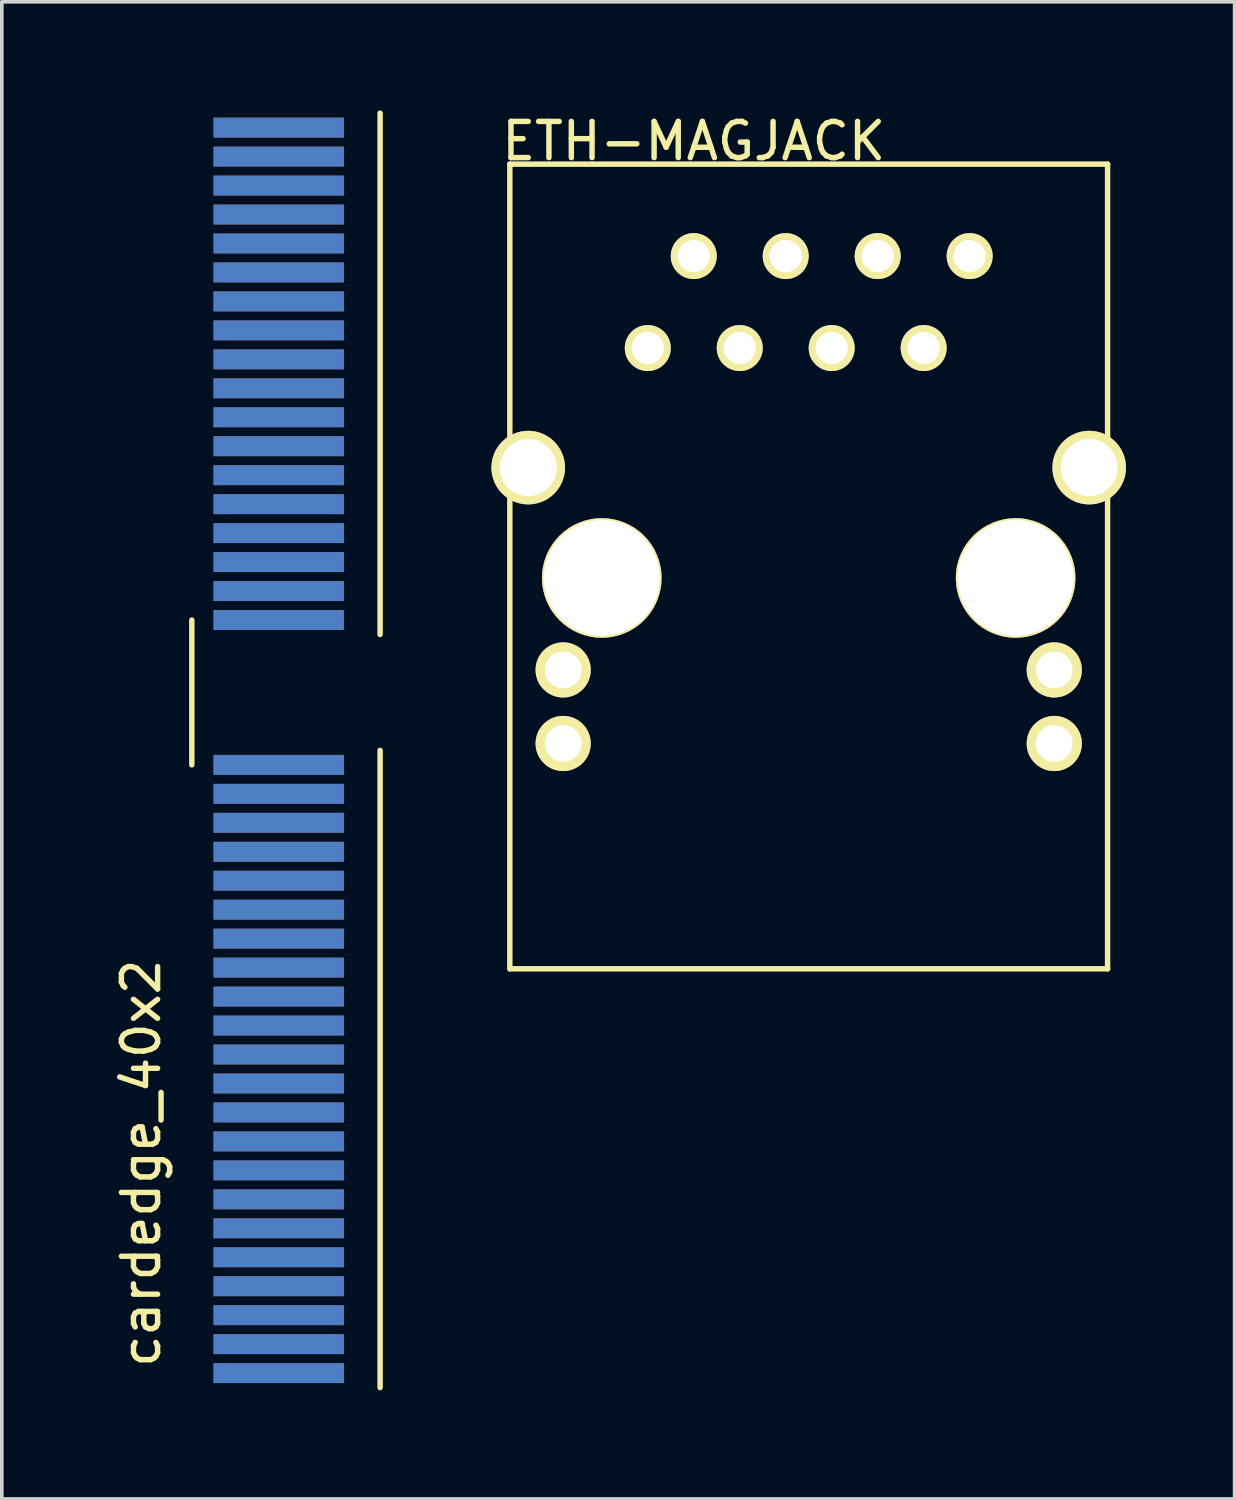
<source format=kicad_pcb>
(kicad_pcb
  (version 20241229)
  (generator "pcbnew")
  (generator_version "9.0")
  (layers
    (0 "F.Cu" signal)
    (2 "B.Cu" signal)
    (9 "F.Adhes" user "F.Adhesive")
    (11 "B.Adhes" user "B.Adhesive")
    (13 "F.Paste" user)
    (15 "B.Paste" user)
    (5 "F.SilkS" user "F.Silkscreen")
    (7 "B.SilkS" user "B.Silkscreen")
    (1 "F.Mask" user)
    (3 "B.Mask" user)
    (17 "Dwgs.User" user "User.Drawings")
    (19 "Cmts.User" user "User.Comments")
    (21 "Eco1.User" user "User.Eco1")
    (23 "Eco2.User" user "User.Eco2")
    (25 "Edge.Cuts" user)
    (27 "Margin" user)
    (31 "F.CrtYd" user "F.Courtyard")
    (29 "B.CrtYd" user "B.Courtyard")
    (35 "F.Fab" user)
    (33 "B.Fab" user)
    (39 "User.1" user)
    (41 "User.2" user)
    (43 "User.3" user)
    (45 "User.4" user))
  (footprint "ETH-MAGJACK"
    (layer "F.Cu")
    (at 19.286 12.913)
    (property "Reference" "ETH-MAGJACK" (at -3.175 -12.065 0) (layer "F.SilkS") (effects (font (size 1 1) (thickness 0.15))))
    (attr through_hole)
    (fp_line (start -8.255 -11.43) (end -8.255 10.795) (stroke (width 0.15) (type solid)) (layer "F.SilkS"))
    (fp_line (start -8.255 10.795) (end 8.255 10.795) (stroke (width 0.15) (type solid)) (layer "F.SilkS"))
    (fp_line (start 8.255 -11.43) (end -8.255 -11.43) (stroke (width 0.15) (type solid)) (layer "F.SilkS"))
    (fp_line (start 8.255 10.795) (end 8.255 -11.43) (stroke (width 0.15) (type solid)) (layer "F.SilkS"))
    (pad "1" thru_hole circle (at -4.445 -6.35) (size 1.27 1.27) (drill 0.889) (layers "*.Cu" "*.Mask" "F.SilkS"))
    (pad "2" thru_hole circle (at -3.175 -8.89) (size 1.27 1.27) (drill 0.889) (layers "*.Cu" "*.Mask" "F.SilkS"))
    (pad "3" thru_hole circle (at -1.905 -6.35) (size 1.27 1.27) (drill 0.889) (layers "*.Cu" "*.Mask" "F.SilkS"))
    (pad "4" thru_hole circle (at -0.635 -8.89) (size 1.27 1.27) (drill 0.889) (layers "*.Cu" "*.Mask" "F.SilkS"))
    (pad "5" thru_hole circle (at 0.635 -6.35) (size 1.27 1.27) (drill 0.889) (layers "*.Cu" "*.Mask" "F.SilkS"))
    (pad "6" thru_hole circle (at 1.905 -8.89) (size 1.27 1.27) (drill 0.889) (layers "*.Cu" "*.Mask" "F.SilkS"))
    (pad "7" thru_hole circle (at 3.175 -6.35) (size 1.27 1.27) (drill 0.889) (layers "*.Cu" "*.Mask" "F.SilkS"))
    (pad "8" thru_hole circle (at 4.445 -8.89) (size 1.27 1.27) (drill 0.889) (layers "*.Cu" "*.Mask" "F.SilkS"))
    (pad "9" thru_hole circle (at -7.747 -3.048) (size 2.032 2.032) (drill 1.575) (layers "*.Cu" "*.Mask" "F.SilkS"))
    (pad "10" thru_hole circle (at 7.747 -3.048) (size 2.032 2.032) (drill 1.575) (layers "*.Cu" "*.Mask" "F.SilkS"))
    (pad "11" thru_hole circle (at -6.782 2.54) (size 1.524 1.524) (drill 1.016) (layers "*.Cu" "*.Mask" "F.SilkS"))
    (pad "12" thru_hole circle (at -6.782 4.572) (size 1.524 1.524) (drill 1.016) (layers "*.Cu" "*.Mask" "F.SilkS"))
    (pad "13" thru_hole circle (at 6.782 2.54) (size 1.524 1.524) (drill 1.016) (layers "*.Cu" "*.Mask" "F.SilkS"))
    (pad "14" thru_hole circle (at 6.782 4.572) (size 1.524 1.524) (drill 1.016) (layers "*.Cu" "*.Mask" "F.SilkS"))
    (pad "h0" thru_hole circle (at -5.715 0) (size 3.302 3.302) (drill 3.2) (layers "*.Cu" "*.Mask" "F.SilkS"))
    (pad "h1" thru_hole circle (at 5.715 0) (size 3.302 3.302) (drill 3.2) (layers "*.Cu" "*.Mask" "F.SilkS")))
  (footprint "cardedge_40x2"
    (layer "F.Cu")
    (at 4.648 34.875)
    (property "Reference" "cardedge_40x2" (at -3.8 -5.8 90) (layer "F.SilkS") (effects (font (size 1 1) (thickness 0.15))))
    (attr through_hole)
    (fp_line (start -2.4 -16.8) (end -2.4 -20.8) (stroke (width 0.15) (type solid)) (layer "F.SilkS"))
    (fp_line (start 2.8 -20.4) (end 2.8 -34.8) (stroke (width 0.15) (type solid)) (layer "F.SilkS"))
    (fp_line (start 2.8 0.4) (end 2.8 -17.2) (stroke (width 0.15) (type solid)) (layer "F.SilkS"))
    (pad "1" connect rect (at 0 0) (size 3.6 0.55) (layers "F.Cu" "F.Mask"))
    (pad "2" connect rect (at 0 0) (size 3.6 0.55) (layers "F.Mask" "B.Cu"))
    (pad "3" connect rect (at 0 -0.8) (size 3.6 0.55) (layers "F.Cu" "F.Mask"))
    (pad "4" connect rect (at 0 -0.8) (size 3.6 0.55) (layers "F.Mask" "B.Cu"))
    (pad "5" connect rect (at 0 -1.6) (size 3.6 0.55) (layers "F.Cu" "F.Mask"))
    (pad "6" connect rect (at 0 -1.6) (size 3.6 0.55) (layers "F.Mask" "B.Cu"))
    (pad "7" connect rect (at 0 -2.4) (size 3.6 0.55) (layers "F.Cu" "F.Mask"))
    (pad "8" connect rect (at 0 -2.4) (size 3.6 0.55) (layers "F.Mask" "B.Cu"))
    (pad "9" connect rect (at 0 -3.2) (size 3.6 0.55) (layers "F.Cu" "F.Mask"))
    (pad "10" connect rect (at 0 -3.2) (size 3.6 0.55) (layers "F.Mask" "B.Cu"))
    (pad "11" connect rect (at 0 -4) (size 3.6 0.55) (layers "F.Cu" "F.Mask"))
    (pad "12" connect rect (at 0 -4) (size 3.6 0.55) (layers "F.Mask" "B.Cu"))
    (pad "13" connect rect (at 0 -4.8) (size 3.6 0.55) (layers "F.Cu" "F.Mask"))
    (pad "14" connect rect (at 0 -4.8) (size 3.6 0.55) (layers "F.Mask" "B.Cu"))
    (pad "15" connect rect (at 0 -5.6) (size 3.6 0.55) (layers "F.Cu" "F.Mask"))
    (pad "16" connect rect (at 0 -5.6) (size 3.6 0.55) (layers "F.Mask" "B.Cu"))
    (pad "17" connect rect (at 0 -6.4) (size 3.6 0.55) (layers "F.Cu" "F.Mask"))
    (pad "18" connect rect (at 0 -6.4) (size 3.6 0.55) (layers "F.Mask" "B.Cu"))
    (pad "19" connect rect (at 0 -7.2) (size 3.6 0.55) (layers "F.Cu" "F.Mask"))
    (pad "20" connect rect (at 0 -7.2) (size 3.6 0.55) (layers "F.Mask" "B.Cu"))
    (pad "21" connect rect (at 0 -8) (size 3.6 0.55) (layers "F.Cu" "F.Mask"))
    (pad "22" connect rect (at 0 -8) (size 3.6 0.55) (layers "F.Mask" "B.Cu"))
    (pad "23" connect rect (at 0 -8.8) (size 3.6 0.55) (layers "F.Cu" "F.Mask"))
    (pad "24" connect rect (at 0 -8.8) (size 3.6 0.55) (layers "F.Mask" "B.Cu"))
    (pad "25" connect rect (at 0 -9.6) (size 3.6 0.55) (layers "F.Cu" "F.Mask"))
    (pad "26" connect rect (at 0 -9.6) (size 3.6 0.55) (layers "F.Mask" "B.Cu"))
    (pad "27" connect rect (at 0 -10.4) (size 3.6 0.55) (layers "F.Cu" "F.Mask"))
    (pad "28" connect rect (at 0 -10.4) (size 3.6 0.55) (layers "F.Mask" "B.Cu"))
    (pad "29" connect rect (at 0 -11.2) (size 3.6 0.55) (layers "F.Cu" "F.Mask"))
    (pad "30" connect rect (at 0 -11.2) (size 3.6 0.55) (layers "F.Mask" "B.Cu"))
    (pad "31" connect rect (at 0 -12) (size 3.6 0.55) (layers "F.Cu" "F.Mask"))
    (pad "32" connect rect (at 0 -12) (size 3.6 0.55) (layers "F.Mask" "B.Cu"))
    (pad "33" connect rect (at 0 -12.8) (size 3.6 0.55) (layers "F.Cu" "F.Mask"))
    (pad "34" connect rect (at 0 -12.8) (size 3.6 0.55) (layers "F.Mask" "B.Cu"))
    (pad "35" connect rect (at 0 -13.6) (size 3.6 0.55) (layers "F.Cu" "F.Mask"))
    (pad "36" connect rect (at 0 -13.6) (size 3.6 0.55) (layers "F.Mask" "B.Cu"))
    (pad "37" connect rect (at 0 -14.4) (size 3.6 0.55) (layers "F.Cu" "F.Mask"))
    (pad "38" connect rect (at 0 -14.4) (size 3.6 0.55) (layers "F.Mask" "B.Cu"))
    (pad "39" connect rect (at 0 -15.2) (size 3.6 0.55) (layers "F.Cu" "F.Mask"))
    (pad "40" connect rect (at 0 -15.2) (size 3.6 0.55) (layers "F.Mask" "B.Cu"))
    (pad "41" connect rect (at 0 -16) (size 3.6 0.55) (layers "F.Cu" "F.Mask"))
    (pad "42" connect rect (at 0 -16) (size 3.6 0.55) (layers "F.Mask" "B.Cu"))
    (pad "43" connect rect (at 0 -16.8) (size 3.6 0.55) (layers "F.Cu" "F.Mask"))
    (pad "44" connect rect (at 0 -16.8) (size 3.6 0.55) (layers "F.Mask" "B.Cu"))
    (pad "45" connect rect (at 0 -20.8) (size 3.6 0.55) (layers "F.Cu" "F.Mask"))
    (pad "46" connect rect (at 0 -20.8) (size 3.6 0.55) (layers "F.Mask" "B.Cu"))
    (pad "47" connect rect (at 0 -21.6) (size 3.6 0.55) (layers "F.Cu" "F.Mask"))
    (pad "48" connect rect (at 0 -21.6) (size 3.6 0.55) (layers "F.Mask" "B.Cu"))
    (pad "49" connect rect (at 0 -22.4) (size 3.6 0.55) (layers "F.Cu" "F.Mask"))
    (pad "50" connect rect (at 0 -22.4) (size 3.6 0.55) (layers "F.Mask" "B.Cu"))
    (pad "51" connect rect (at 0 -23.2) (size 3.6 0.55) (layers "F.Cu" "F.Mask"))
    (pad "52" connect rect (at 0 -23.2) (size 3.6 0.55) (layers "F.Mask" "B.Cu"))
    (pad "53" connect rect (at 0 -24) (size 3.6 0.55) (layers "F.Cu" "F.Mask"))
    (pad "54" connect rect (at 0 -24) (size 3.6 0.55) (layers "F.Mask" "B.Cu"))
    (pad "55" connect rect (at 0 -24.8) (size 3.6 0.55) (layers "F.Cu" "F.Mask"))
    (pad "56" connect rect (at 0 -24.8) (size 3.6 0.55) (layers "F.Mask" "B.Cu"))
    (pad "57" connect rect (at 0 -25.6) (size 3.6 0.55) (layers "F.Cu" "F.Mask"))
    (pad "58" connect rect (at 0 -25.6) (size 3.6 0.55) (layers "F.Mask" "B.Cu"))
    (pad "59" connect rect (at 0 -26.4) (size 3.6 0.55) (layers "F.Cu" "F.Mask"))
    (pad "60" connect rect (at 0 -26.4) (size 3.6 0.55) (layers "F.Mask" "B.Cu"))
    (pad "61" connect rect (at 0 -27.2) (size 3.6 0.55) (layers "F.Cu" "F.Mask"))
    (pad "62" connect rect (at 0 -27.2) (size 3.6 0.55) (layers "F.Mask" "B.Cu"))
    (pad "63" connect rect (at 0 -28) (size 3.6 0.55) (layers "F.Cu" "F.Mask"))
    (pad "64" connect rect (at 0 -28) (size 3.6 0.55) (layers "F.Mask" "B.Cu"))
    (pad "65" connect rect (at 0 -28.8) (size 3.6 0.55) (layers "F.Cu" "F.Mask"))
    (pad "66" connect rect (at 0 -28.8) (size 3.6 0.55) (layers "F.Mask" "B.Cu"))
    (pad "67" connect rect (at 0 -29.6) (size 3.6 0.55) (layers "F.Cu" "F.Mask"))
    (pad "68" connect rect (at 0 -29.6) (size 3.6 0.55) (layers "F.Mask" "B.Cu"))
    (pad "69" connect rect (at 0 -30.4) (size 3.6 0.55) (layers "F.Cu" "F.Mask"))
    (pad "70" connect rect (at 0 -30.4) (size 3.6 0.55) (layers "F.Mask" "B.Cu"))
    (pad "71" connect rect (at 0 -31.2) (size 3.6 0.55) (layers "F.Cu" "F.Mask"))
    (pad "72" connect rect (at 0 -31.2) (size 3.6 0.55) (layers "F.Mask" "B.Cu"))
    (pad "73" connect rect (at 0 -32) (size 3.6 0.55) (layers "F.Cu" "F.Mask"))
    (pad "74" connect rect (at 0 -32) (size 3.6 0.55) (layers "F.Mask" "B.Cu"))
    (pad "75" connect rect (at 0 -32.8) (size 3.6 0.55) (layers "F.Cu" "F.Mask"))
    (pad "76" connect rect (at 0 -32.8) (size 3.6 0.55) (layers "F.Mask" "B.Cu"))
    (pad "77" connect rect (at 0 -33.6) (size 3.6 0.55) (layers "F.Cu" "F.Mask"))
    (pad "78" connect rect (at 0 -33.6) (size 3.6 0.55) (layers "F.Mask" "B.Cu"))
    (pad "79" connect rect (at 0 -34.4) (size 3.6 0.55) (layers "F.Cu" "F.Mask"))
    (pad "80" connect rect (at 0 -34.4) (size 3.6 0.55) (layers "F.Mask" "B.Cu")))
  (gr_rect
    (start -3 -3)
    (end 31.049 38.35)
    (stroke (width 0.1) (type default))
    (fill no)
    (layer "Edge.Cuts")))
</source>
